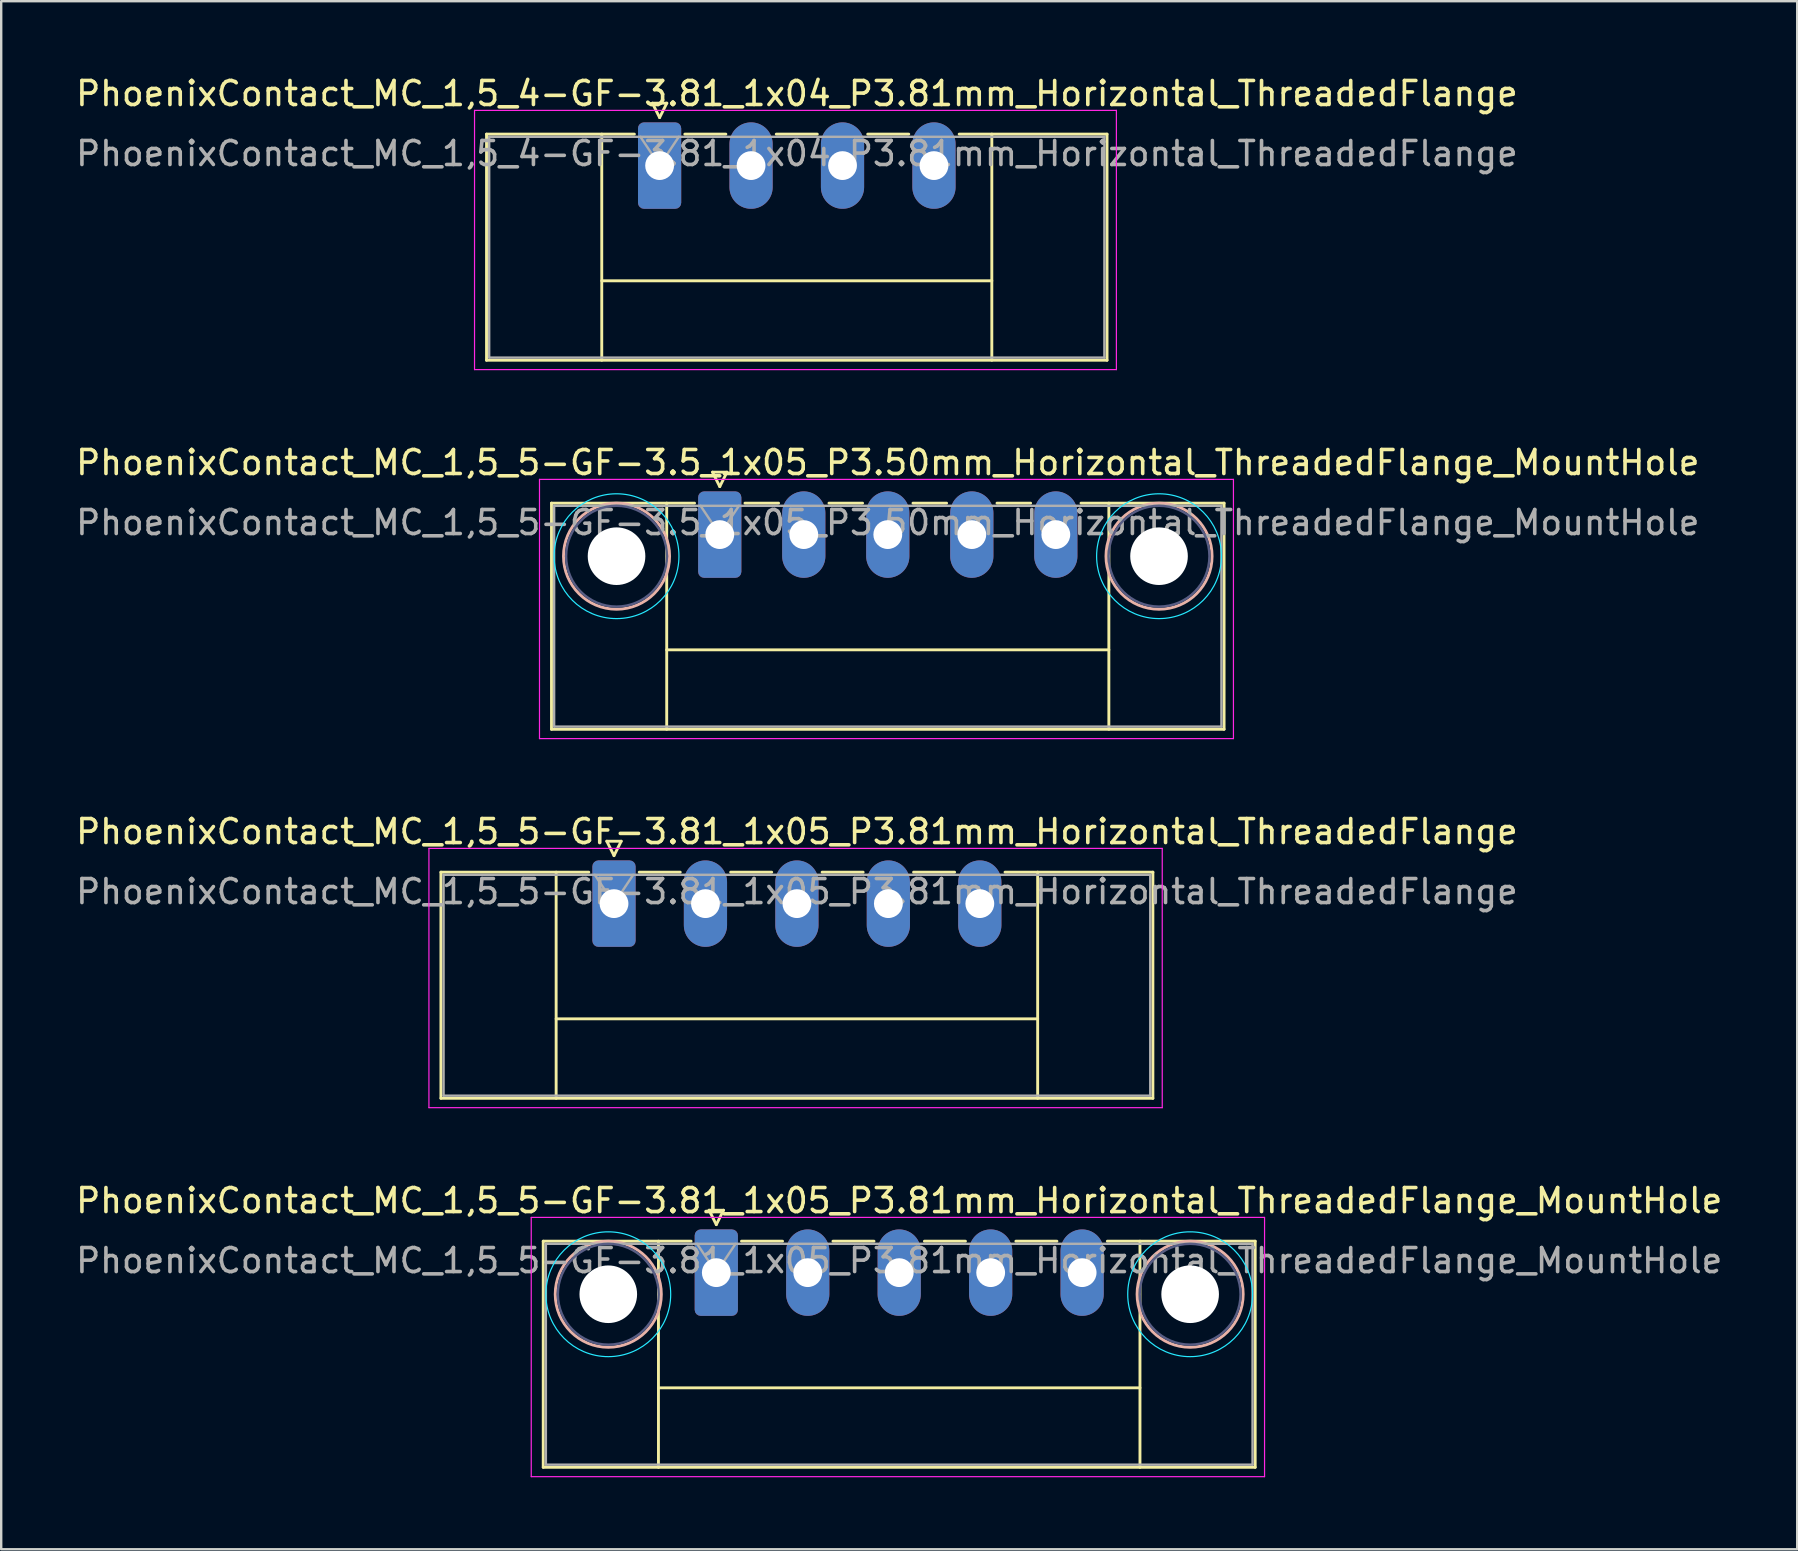
<source format=kicad_pcb>
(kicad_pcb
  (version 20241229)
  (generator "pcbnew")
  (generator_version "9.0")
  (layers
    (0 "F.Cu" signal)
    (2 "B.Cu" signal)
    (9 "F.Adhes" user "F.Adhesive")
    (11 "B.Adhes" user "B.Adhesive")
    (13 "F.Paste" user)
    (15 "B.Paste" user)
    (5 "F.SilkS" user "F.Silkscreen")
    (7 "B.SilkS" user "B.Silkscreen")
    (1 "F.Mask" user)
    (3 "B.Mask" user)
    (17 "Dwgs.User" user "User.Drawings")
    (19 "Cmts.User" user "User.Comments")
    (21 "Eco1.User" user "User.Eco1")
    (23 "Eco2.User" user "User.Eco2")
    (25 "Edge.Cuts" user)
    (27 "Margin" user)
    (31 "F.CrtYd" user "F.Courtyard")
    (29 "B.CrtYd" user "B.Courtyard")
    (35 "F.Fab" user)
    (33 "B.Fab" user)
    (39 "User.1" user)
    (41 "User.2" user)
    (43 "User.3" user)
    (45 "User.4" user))
  (footprint "PhoenixContact_MC_1,5_4-GF-3.81_1x04_P3.81mm_Horizontal_ThreadedFlange"
    (layer "F.Cu")
    (at 24.429 3.848)
    (property "Reference" "PhoenixContact_MC_1,5_4-GF-3.81_1x04_P3.81mm_Horizontal_ThreadedFlange" (at 5.72 -3 0) (layer "F.SilkS") (effects (font (size 1 1) (thickness 0.15))))
    (attr through_hole)
    (fp_line (start -7.21 -1.31) (end -7.21 8.11) (stroke (width 0.12) (type solid)) (layer "F.SilkS"))
    (fp_line (start -7.21 -1.31) (end -1.05 -1.31) (stroke (width 0.12) (type solid)) (layer "F.SilkS"))
    (fp_line (start -7.21 8.11) (end 18.64 8.11) (stroke (width 0.12) (type solid)) (layer "F.SilkS"))
    (fp_line (start -2.41 -1.31) (end -2.41 8.11) (stroke (width 0.12) (type solid)) (layer "F.SilkS"))
    (fp_line (start -2.41 4.8) (end 13.84 4.8) (stroke (width 0.12) (type solid)) (layer "F.SilkS"))
    (fp_line (start -0.3 -2.6) (end 0.3 -2.6) (stroke (width 0.12) (type solid)) (layer "F.SilkS"))
    (fp_line (start 0 -2) (end -0.3 -2.6) (stroke (width 0.12) (type solid)) (layer "F.SilkS"))
    (fp_line (start 0.3 -2.6) (end 0 -2) (stroke (width 0.12) (type solid)) (layer "F.SilkS"))
    (fp_line (start 1.05 -1.31) (end 2.76 -1.31) (stroke (width 0.12) (type solid)) (layer "F.SilkS"))
    (fp_line (start 4.86 -1.31) (end 6.57 -1.31) (stroke (width 0.12) (type solid)) (layer "F.SilkS"))
    (fp_line (start 8.67 -1.31) (end 10.38 -1.31) (stroke (width 0.12) (type solid)) (layer "F.SilkS"))
    (fp_line (start 13.84 -1.31) (end 13.84 8.11) (stroke (width 0.12) (type solid)) (layer "F.SilkS"))
    (fp_line (start 18.64 -1.31) (end 12.48 -1.31) (stroke (width 0.12) (type solid)) (layer "F.SilkS"))
    (fp_line (start 18.64 8.11) (end 18.64 -1.31) (stroke (width 0.12) (type solid)) (layer "F.SilkS"))
    (fp_line (start -7.71 -2.3) (end -7.71 8.5) (stroke (width 0.05) (type solid)) (layer "F.CrtYd"))
    (fp_line (start -7.71 8.5) (end 19.03 8.5) (stroke (width 0.05) (type solid)) (layer "F.CrtYd"))
    (fp_line (start 19.03 -2.3) (end -7.71 -2.3) (stroke (width 0.05) (type solid)) (layer "F.CrtYd"))
    (fp_line (start 19.03 8.5) (end 19.03 -2.3) (stroke (width 0.05) (type solid)) (layer "F.CrtYd"))
    (fp_line (start -7.1 -1.2) (end -7.1 8) (stroke (width 0.1) (type solid)) (layer "F.Fab"))
    (fp_line (start -7.1 8) (end 18.53 8) (stroke (width 0.1) (type solid)) (layer "F.Fab"))
    (fp_line (start 0 0) (end -0.8 -1.2) (stroke (width 0.1) (type solid)) (layer "F.Fab"))
    (fp_line (start 0.8 -1.2) (end 0 0) (stroke (width 0.1) (type solid)) (layer "F.Fab"))
    (fp_line (start 18.53 -1.2) (end -7.1 -1.2) (stroke (width 0.1) (type solid)) (layer "F.Fab"))
    (fp_line (start 18.53 8) (end 18.53 -1.2) (stroke (width 0.1) (type solid)) (layer "F.Fab"))
    (fp_text user "${REFERENCE}" (at 5.72 -0.5 0) (layer "F.Fab") (effects (font (size 1 1) (thickness 0.15))))
    (pad "1" thru_hole roundrect (at 0 0) (size 1.8 3.6) (drill 1.2) (layers "*.Cu" "*.Mask") (roundrect_rratio 0.139))
    (pad "2" thru_hole oval (at 3.81 0) (size 1.8 3.6) (drill 1.2) (layers "*.Cu" "*.Mask"))
    (pad "3" thru_hole oval (at 7.62 0) (size 1.8 3.6) (drill 1.2) (layers "*.Cu" "*.Mask"))
    (pad "4" thru_hole oval (at 11.43 0) (size 1.8 3.6) (drill 1.2) (layers "*.Cu" "*.Mask")))
  (footprint "PhoenixContact_MC_1,5_5-GF-3.5_1x05_P3.50mm_Horizontal_ThreadedFlange_MountHole"
    (layer "F.Cu")
    (at 26.935 19.221)
    (property "Reference" "PhoenixContact_MC_1,5_5-GF-3.5_1x05_P3.50mm_Horizontal_ThreadedFlange_MountHole" (at 7 -3 0) (layer "F.SilkS") (effects (font (size 1 1) (thickness 0.15))))
    (attr through_hole)
    (fp_line (start -7.01 -1.31) (end -7.01 8.11) (stroke (width 0.12) (type solid)) (layer "F.SilkS"))
    (fp_line (start -7.01 -1.31) (end -1.05 -1.31) (stroke (width 0.12) (type solid)) (layer "F.SilkS"))
    (fp_line (start -7.01 8.11) (end 21.01 8.11) (stroke (width 0.12) (type solid)) (layer "F.SilkS"))
    (fp_line (start -2.21 -1.31) (end -2.21 8.11) (stroke (width 0.12) (type solid)) (layer "F.SilkS"))
    (fp_line (start -2.21 4.8) (end 16.21 4.8) (stroke (width 0.12) (type solid)) (layer "F.SilkS"))
    (fp_line (start -0.3 -2.6) (end 0.3 -2.6) (stroke (width 0.12) (type solid)) (layer "F.SilkS"))
    (fp_line (start 0 -2) (end -0.3 -2.6) (stroke (width 0.12) (type solid)) (layer "F.SilkS"))
    (fp_line (start 0.3 -2.6) (end 0 -2) (stroke (width 0.12) (type solid)) (layer "F.SilkS"))
    (fp_line (start 1.05 -1.31) (end 2.45 -1.31) (stroke (width 0.12) (type solid)) (layer "F.SilkS"))
    (fp_line (start 4.55 -1.31) (end 5.95 -1.31) (stroke (width 0.12) (type solid)) (layer "F.SilkS"))
    (fp_line (start 8.05 -1.31) (end 9.45 -1.31) (stroke (width 0.12) (type solid)) (layer "F.SilkS"))
    (fp_line (start 11.55 -1.31) (end 12.95 -1.31) (stroke (width 0.12) (type solid)) (layer "F.SilkS"))
    (fp_line (start 16.21 -1.31) (end 16.21 8.11) (stroke (width 0.12) (type solid)) (layer "F.SilkS"))
    (fp_line (start 21.01 -1.31) (end 15.05 -1.31) (stroke (width 0.12) (type solid)) (layer "F.SilkS"))
    (fp_line (start 21.01 8.11) (end 21.01 -1.31) (stroke (width 0.12) (type solid)) (layer "F.SilkS"))
    (fp_circle (center -4.3 0.9) (end -2.09 0.9) (stroke (width 0.12) (type solid)) (fill no) (layer "B.SilkS"))
    (fp_circle (center 18.3 0.9) (end 20.51 0.9) (stroke (width 0.12) (type solid)) (fill no) (layer "B.SilkS"))
    (fp_circle (center -4.3 0.9) (end -1.7 0.9) (stroke (width 0.05) (type solid)) (fill no) (layer "B.CrtYd"))
    (fp_circle (center 18.3 0.9) (end 20.9 0.9) (stroke (width 0.05) (type solid)) (fill no) (layer "B.CrtYd"))
    (fp_line (start -7.51 -2.3) (end -7.51 8.5) (stroke (width 0.05) (type solid)) (layer "F.CrtYd"))
    (fp_line (start -7.51 8.5) (end 21.4 8.5) (stroke (width 0.05) (type solid)) (layer "F.CrtYd"))
    (fp_line (start 21.4 -2.3) (end -7.51 -2.3) (stroke (width 0.05) (type solid)) (layer "F.CrtYd"))
    (fp_line (start 21.4 8.5) (end 21.4 -2.3) (stroke (width 0.05) (type solid)) (layer "F.CrtYd"))
    (fp_circle (center -4.3 0.9) (end -2.2 0.9) (stroke (width 0.1) (type solid)) (fill no) (layer "B.Fab"))
    (fp_circle (center 18.3 0.9) (end 20.4 0.9) (stroke (width 0.1) (type solid)) (fill no) (layer "B.Fab"))
    (fp_line (start -6.9 -1.2) (end -6.9 8) (stroke (width 0.1) (type solid)) (layer "F.Fab"))
    (fp_line (start -6.9 8) (end 20.9 8) (stroke (width 0.1) (type solid)) (layer "F.Fab"))
    (fp_line (start 0 0) (end -0.8 -1.2) (stroke (width 0.1) (type solid)) (layer "F.Fab"))
    (fp_line (start 0.8 -1.2) (end 0 0) (stroke (width 0.1) (type solid)) (layer "F.Fab"))
    (fp_line (start 20.9 -1.2) (end -6.9 -1.2) (stroke (width 0.1) (type solid)) (layer "F.Fab"))
    (fp_line (start 20.9 8) (end 20.9 -1.2) (stroke (width 0.1) (type solid)) (layer "F.Fab"))
    (fp_text user "${REFERENCE}" (at 7 -0.5 0) (layer "F.Fab") (effects (font (size 1 1) (thickness 0.15))))
    (pad "" np_thru_hole circle (at -4.3 0.9) (size 2.4 2.4) (drill 2.4) (layers "*.Cu" "*.Mask"))
    (pad "" np_thru_hole circle (at 18.3 0.9) (size 2.4 2.4) (drill 2.4) (layers "*.Cu" "*.Mask"))
    (pad "1" thru_hole roundrect (at 0 0) (size 1.8 3.6) (drill 1.2) (layers "*.Cu" "*.Mask") (roundrect_rratio 0.139))
    (pad "2" thru_hole oval (at 3.5 0) (size 1.8 3.6) (drill 1.2) (layers "*.Cu" "*.Mask"))
    (pad "3" thru_hole oval (at 7 0) (size 1.8 3.6) (drill 1.2) (layers "*.Cu" "*.Mask"))
    (pad "4" thru_hole oval (at 10.5 0) (size 1.8 3.6) (drill 1.2) (layers "*.Cu" "*.Mask"))
    (pad "5" thru_hole oval (at 14 0) (size 1.8 3.6) (drill 1.2) (layers "*.Cu" "*.Mask")))
  (footprint "PhoenixContact_MC_1,5_5-GF-3.81_1x05_P3.81mm_Horizontal_ThreadedFlange"
    (layer "F.Cu")
    (at 22.529 34.595)
    (property "Reference" "PhoenixContact_MC_1,5_5-GF-3.81_1x05_P3.81mm_Horizontal_ThreadedFlange" (at 7.62 -3 0) (layer "F.SilkS") (effects (font (size 1 1) (thickness 0.15))))
    (attr through_hole)
    (fp_line (start -7.21 -1.31) (end -7.21 8.11) (stroke (width 0.12) (type solid)) (layer "F.SilkS"))
    (fp_line (start -7.21 -1.31) (end -1.05 -1.31) (stroke (width 0.12) (type solid)) (layer "F.SilkS"))
    (fp_line (start -7.21 8.11) (end 22.45 8.11) (stroke (width 0.12) (type solid)) (layer "F.SilkS"))
    (fp_line (start -2.41 -1.31) (end -2.41 8.11) (stroke (width 0.12) (type solid)) (layer "F.SilkS"))
    (fp_line (start -2.41 4.8) (end 17.65 4.8) (stroke (width 0.12) (type solid)) (layer "F.SilkS"))
    (fp_line (start -0.3 -2.6) (end 0.3 -2.6) (stroke (width 0.12) (type solid)) (layer "F.SilkS"))
    (fp_line (start 0 -2) (end -0.3 -2.6) (stroke (width 0.12) (type solid)) (layer "F.SilkS"))
    (fp_line (start 0.3 -2.6) (end 0 -2) (stroke (width 0.12) (type solid)) (layer "F.SilkS"))
    (fp_line (start 1.05 -1.31) (end 2.76 -1.31) (stroke (width 0.12) (type solid)) (layer "F.SilkS"))
    (fp_line (start 4.86 -1.31) (end 6.57 -1.31) (stroke (width 0.12) (type solid)) (layer "F.SilkS"))
    (fp_line (start 8.67 -1.31) (end 10.38 -1.31) (stroke (width 0.12) (type solid)) (layer "F.SilkS"))
    (fp_line (start 12.48 -1.31) (end 14.19 -1.31) (stroke (width 0.12) (type solid)) (layer "F.SilkS"))
    (fp_line (start 17.65 -1.31) (end 17.65 8.11) (stroke (width 0.12) (type solid)) (layer "F.SilkS"))
    (fp_line (start 22.45 -1.31) (end 16.29 -1.31) (stroke (width 0.12) (type solid)) (layer "F.SilkS"))
    (fp_line (start 22.45 8.11) (end 22.45 -1.31) (stroke (width 0.12) (type solid)) (layer "F.SilkS"))
    (fp_line (start -7.71 -2.3) (end -7.71 8.5) (stroke (width 0.05) (type solid)) (layer "F.CrtYd"))
    (fp_line (start -7.71 8.5) (end 22.84 8.5) (stroke (width 0.05) (type solid)) (layer "F.CrtYd"))
    (fp_line (start 22.84 -2.3) (end -7.71 -2.3) (stroke (width 0.05) (type solid)) (layer "F.CrtYd"))
    (fp_line (start 22.84 8.5) (end 22.84 -2.3) (stroke (width 0.05) (type solid)) (layer "F.CrtYd"))
    (fp_line (start -7.1 -1.2) (end -7.1 8) (stroke (width 0.1) (type solid)) (layer "F.Fab"))
    (fp_line (start -7.1 8) (end 22.34 8) (stroke (width 0.1) (type solid)) (layer "F.Fab"))
    (fp_line (start 0 0) (end -0.8 -1.2) (stroke (width 0.1) (type solid)) (layer "F.Fab"))
    (fp_line (start 0.8 -1.2) (end 0 0) (stroke (width 0.1) (type solid)) (layer "F.Fab"))
    (fp_line (start 22.34 -1.2) (end -7.1 -1.2) (stroke (width 0.1) (type solid)) (layer "F.Fab"))
    (fp_line (start 22.34 8) (end 22.34 -1.2) (stroke (width 0.1) (type solid)) (layer "F.Fab"))
    (fp_text user "${REFERENCE}" (at 7.62 -0.5 0) (layer "F.Fab") (effects (font (size 1 1) (thickness 0.15))))
    (pad "1" thru_hole roundrect (at 0 0) (size 1.8 3.6) (drill 1.2) (layers "*.Cu" "*.Mask") (roundrect_rratio 0.139))
    (pad "2" thru_hole oval (at 3.81 0) (size 1.8 3.6) (drill 1.2) (layers "*.Cu" "*.Mask"))
    (pad "3" thru_hole oval (at 7.62 0) (size 1.8 3.6) (drill 1.2) (layers "*.Cu" "*.Mask"))
    (pad "4" thru_hole oval (at 11.43 0) (size 1.8 3.6) (drill 1.2) (layers "*.Cu" "*.Mask"))
    (pad "5" thru_hole oval (at 15.24 0) (size 1.8 3.6) (drill 1.2) (layers "*.Cu" "*.Mask")))
  (footprint "PhoenixContact_MC_1,5_5-GF-3.81_1x05_P3.81mm_Horizontal_ThreadedFlange_MountHole"
    (layer "F.Cu")
    (at 26.791 49.968)
    (property "Reference" "PhoenixContact_MC_1,5_5-GF-3.81_1x05_P3.81mm_Horizontal_ThreadedFlange_MountHole" (at 7.62 -3 0) (layer "F.SilkS") (effects (font (size 1 1) (thickness 0.15))))
    (attr through_hole)
    (fp_line (start -7.21 -1.31) (end -7.21 8.11) (stroke (width 0.12) (type solid)) (layer "F.SilkS"))
    (fp_line (start -7.21 -1.31) (end -1.05 -1.31) (stroke (width 0.12) (type solid)) (layer "F.SilkS"))
    (fp_line (start -7.21 8.11) (end 22.45 8.11) (stroke (width 0.12) (type solid)) (layer "F.SilkS"))
    (fp_line (start -2.41 -1.31) (end -2.41 8.11) (stroke (width 0.12) (type solid)) (layer "F.SilkS"))
    (fp_line (start -2.41 4.8) (end 17.65 4.8) (stroke (width 0.12) (type solid)) (layer "F.SilkS"))
    (fp_line (start -0.3 -2.6) (end 0.3 -2.6) (stroke (width 0.12) (type solid)) (layer "F.SilkS"))
    (fp_line (start 0 -2) (end -0.3 -2.6) (stroke (width 0.12) (type solid)) (layer "F.SilkS"))
    (fp_line (start 0.3 -2.6) (end 0 -2) (stroke (width 0.12) (type solid)) (layer "F.SilkS"))
    (fp_line (start 1.05 -1.31) (end 2.76 -1.31) (stroke (width 0.12) (type solid)) (layer "F.SilkS"))
    (fp_line (start 4.86 -1.31) (end 6.57 -1.31) (stroke (width 0.12) (type solid)) (layer "F.SilkS"))
    (fp_line (start 8.67 -1.31) (end 10.38 -1.31) (stroke (width 0.12) (type solid)) (layer "F.SilkS"))
    (fp_line (start 12.48 -1.31) (end 14.19 -1.31) (stroke (width 0.12) (type solid)) (layer "F.SilkS"))
    (fp_line (start 17.65 -1.31) (end 17.65 8.11) (stroke (width 0.12) (type solid)) (layer "F.SilkS"))
    (fp_line (start 22.45 -1.31) (end 16.29 -1.31) (stroke (width 0.12) (type solid)) (layer "F.SilkS"))
    (fp_line (start 22.45 8.11) (end 22.45 -1.31) (stroke (width 0.12) (type solid)) (layer "F.SilkS"))
    (fp_circle (center -4.5 0.9) (end -2.29 0.9) (stroke (width 0.12) (type solid)) (fill no) (layer "B.SilkS"))
    (fp_circle (center 19.74 0.9) (end 21.95 0.9) (stroke (width 0.12) (type solid)) (fill no) (layer "B.SilkS"))
    (fp_circle (center -4.5 0.9) (end -1.9 0.9) (stroke (width 0.05) (type solid)) (fill no) (layer "B.CrtYd"))
    (fp_circle (center 19.74 0.9) (end 22.34 0.9) (stroke (width 0.05) (type solid)) (fill no) (layer "B.CrtYd"))
    (fp_line (start -7.71 -2.3) (end -7.71 8.5) (stroke (width 0.05) (type solid)) (layer "F.CrtYd"))
    (fp_line (start -7.71 8.5) (end 22.84 8.5) (stroke (width 0.05) (type solid)) (layer "F.CrtYd"))
    (fp_line (start 22.84 -2.3) (end -7.71 -2.3) (stroke (width 0.05) (type solid)) (layer "F.CrtYd"))
    (fp_line (start 22.84 8.5) (end 22.84 -2.3) (stroke (width 0.05) (type solid)) (layer "F.CrtYd"))
    (fp_circle (center -4.5 0.9) (end -2.4 0.9) (stroke (width 0.1) (type solid)) (fill no) (layer "B.Fab"))
    (fp_circle (center 19.74 0.9) (end 21.84 0.9) (stroke (width 0.1) (type solid)) (fill no) (layer "B.Fab"))
    (fp_line (start -7.1 -1.2) (end -7.1 8) (stroke (width 0.1) (type solid)) (layer "F.Fab"))
    (fp_line (start -7.1 8) (end 22.34 8) (stroke (width 0.1) (type solid)) (layer "F.Fab"))
    (fp_line (start 0 0) (end -0.8 -1.2) (stroke (width 0.1) (type solid)) (layer "F.Fab"))
    (fp_line (start 0.8 -1.2) (end 0 0) (stroke (width 0.1) (type solid)) (layer "F.Fab"))
    (fp_line (start 22.34 -1.2) (end -7.1 -1.2) (stroke (width 0.1) (type solid)) (layer "F.Fab"))
    (fp_line (start 22.34 8) (end 22.34 -1.2) (stroke (width 0.1) (type solid)) (layer "F.Fab"))
    (fp_text user "${REFERENCE}" (at 7.62 -0.5 0) (layer "F.Fab") (effects (font (size 1 1) (thickness 0.15))))
    (pad "" np_thru_hole circle (at -4.5 0.9) (size 2.4 2.4) (drill 2.4) (layers "*.Cu" "*.Mask"))
    (pad "" np_thru_hole circle (at 19.74 0.9) (size 2.4 2.4) (drill 2.4) (layers "*.Cu" "*.Mask"))
    (pad "1" thru_hole roundrect (at 0 0) (size 1.8 3.6) (drill 1.2) (layers "*.Cu" "*.Mask") (roundrect_rratio 0.139))
    (pad "2" thru_hole oval (at 3.81 0) (size 1.8 3.6) (drill 1.2) (layers "*.Cu" "*.Mask"))
    (pad "3" thru_hole oval (at 7.62 0) (size 1.8 3.6) (drill 1.2) (layers "*.Cu" "*.Mask"))
    (pad "4" thru_hole oval (at 11.43 0) (size 1.8 3.6) (drill 1.2) (layers "*.Cu" "*.Mask"))
    (pad "5" thru_hole oval (at 15.24 0) (size 1.8 3.6) (drill 1.2) (layers "*.Cu" "*.Mask")))
  (gr_rect
    (start -3 -3)
    (end 71.821 61.493)
    (stroke (width 0.1) (type default))
    (fill no)
    (layer "Edge.Cuts")))
</source>
